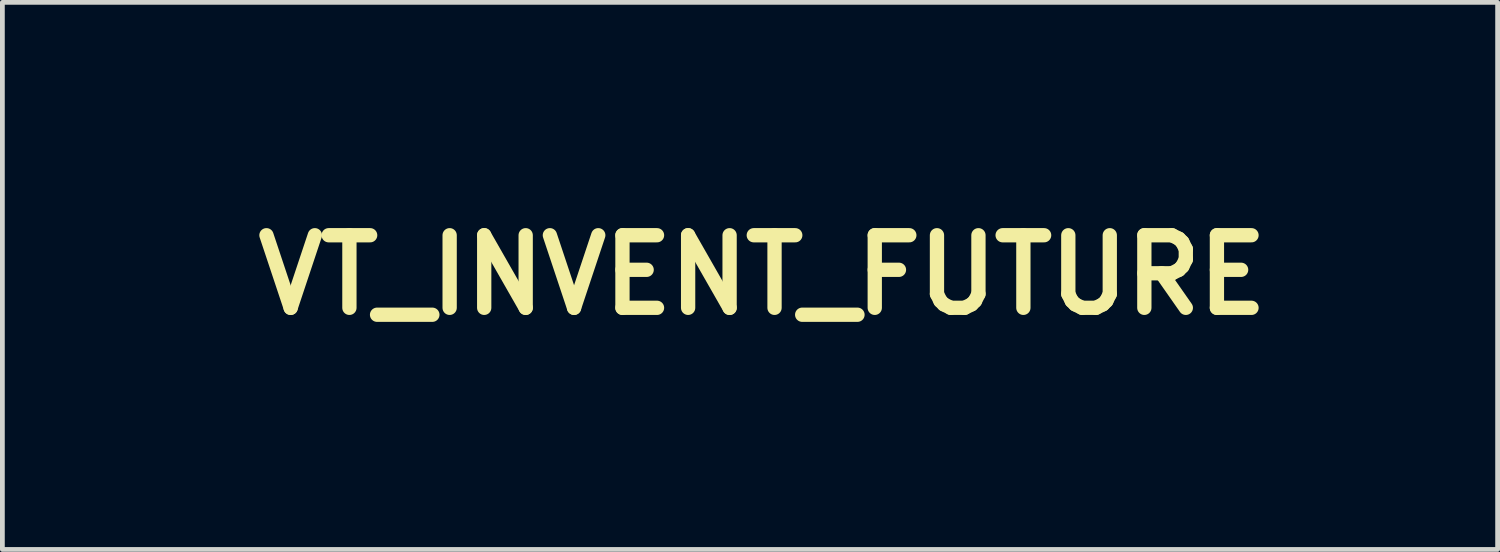
<source format=kicad_pcb>
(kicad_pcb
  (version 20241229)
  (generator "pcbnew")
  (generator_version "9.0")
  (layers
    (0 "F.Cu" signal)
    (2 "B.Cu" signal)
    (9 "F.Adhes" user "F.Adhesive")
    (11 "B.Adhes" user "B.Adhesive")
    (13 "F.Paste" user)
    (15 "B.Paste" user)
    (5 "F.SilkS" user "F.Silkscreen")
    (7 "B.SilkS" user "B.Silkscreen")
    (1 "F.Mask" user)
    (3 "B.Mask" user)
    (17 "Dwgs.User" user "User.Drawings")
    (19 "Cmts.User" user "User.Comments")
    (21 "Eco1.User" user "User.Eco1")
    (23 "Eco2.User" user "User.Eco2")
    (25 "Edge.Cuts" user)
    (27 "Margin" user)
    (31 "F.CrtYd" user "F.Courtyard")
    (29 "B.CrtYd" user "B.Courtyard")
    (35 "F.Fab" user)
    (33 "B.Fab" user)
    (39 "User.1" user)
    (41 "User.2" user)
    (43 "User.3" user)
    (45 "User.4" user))
  (footprint "VT_INVENT_FUTURE"
    (layer "F.Cu")
    (at 12.959 2.724)
    (property "Reference" "VT_INVENT_FUTURE" (at 0 0 0) (layer "F.SilkS") (effects (font (size 1.524 1.524) (thickness 0.3))))
    (attr through_hole)
    (fp_poly (pts (xy -11.754 0.029) (xy -11.728 0.092) (xy -11.726 0.113) (xy -11.758 0.16) (xy -11.822 0.166) (xy -11.872 0.132) (xy -11.865 0.081) (xy -11.818 0.033) (xy -11.765 0.022) (xy -11.754 0.029)) (stroke (width 0.01) (type solid)) (fill yes) (layer "F.Mask"))
    (fp_poly (pts (xy -11.766 0.281) (xy -11.747 0.3) (xy -11.703 0.359) (xy -11.726 0.405) (xy -11.74 0.417) (xy -11.802 0.444) (xy -11.845 0.412) (xy -11.866 0.329) (xy -11.852 0.295) (xy -11.814 0.256) (xy -11.766 0.281)) (stroke (width 0.01) (type solid)) (fill yes) (layer "F.Mask"))
    (fp_poly (pts (xy -6.099 -2.407) (xy -6.065 -2.372) (xy -6.054 -2.287) (xy -6.054 -2.221) (xy -6.058 -2.105) (xy -6.084 -2.037) (xy -6.153 -1.988) (xy -6.248 -1.946) (xy -6.362 -1.898) (xy -6.438 -1.868) (xy -6.455 -1.863) (xy -6.463 -1.901) (xy -6.469 -1.998) (xy -6.471 -2.074) (xy -6.448 -2.249) (xy -6.373 -2.358) (xy -6.242 -2.409) (xy -6.171 -2.413) (xy -6.099 -2.407)) (stroke (width 0.01) (type solid)) (fill yes) (layer "F.Mask"))
    (fp_poly (pts (xy -1.696 -2.407) (xy -1.662 -2.372) (xy -1.652 -2.287) (xy -1.651 -2.221) (xy -1.655 -2.105) (xy -1.682 -2.037) (xy -1.751 -1.988) (xy -1.845 -1.946) (xy -1.959 -1.898) (xy -2.035 -1.868) (xy -2.053 -1.863) (xy -2.061 -1.901) (xy -2.066 -1.998) (xy -2.068 -2.074) (xy -2.045 -2.249) (xy -1.971 -2.358) (xy -1.84 -2.409) (xy -1.769 -2.413) (xy -1.696 -2.407)) (stroke (width 0.01) (type solid)) (fill yes) (layer "F.Mask"))
    (fp_poly (pts (xy 1.903 -2.408) (xy 1.938 -2.378) (xy 1.943 -2.298) (xy 1.939 -2.234) (xy 1.922 -2.116) (xy 1.876 -2.041) (xy 1.779 -1.973) (xy 1.757 -1.96) (xy 1.649 -1.902) (xy 1.572 -1.868) (xy 1.556 -1.863) (xy 1.538 -1.901) (xy 1.527 -2) (xy 1.524 -2.094) (xy 1.538 -2.259) (xy 1.589 -2.357) (xy 1.69 -2.403) (xy 1.82 -2.413) (xy 1.903 -2.408)) (stroke (width 0.01) (type solid)) (fill yes) (layer "F.Mask"))
    (fp_poly (pts (xy -1.674 1.404) (xy -1.651 1.416) (xy -1.66 1.471) (xy -1.683 1.59) (xy -1.716 1.754) (xy -1.757 1.947) (xy -1.8 2.15) (xy -1.843 2.346) (xy -1.882 2.516) (xy -1.912 2.644) (xy -1.929 2.712) (xy -1.931 2.718) (xy -1.986 2.749) (xy -2.061 2.746) (xy -2.113 2.715) (xy -2.117 2.699) (xy -2.109 2.641) (xy -2.086 2.515) (xy -2.051 2.34) (xy -2.007 2.129) (xy -1.984 2.021) (xy -1.932 1.782) (xy -1.892 1.613) (xy -1.86 1.502) (xy -1.831 1.437) (xy -1.801 1.407) (xy -1.765 1.397) (xy -1.751 1.397) (xy -1.674 1.404)) (stroke (width 0.01) (type solid)) (fill yes) (layer "F.Mask"))
    (fp_poly (pts (xy 11.343 1.752) (xy 11.361 1.769) (xy 11.36 1.83) (xy 11.344 1.865) (xy 11.308 1.909) (xy 11.253 1.931) (xy 11.154 1.942) (xy 11.077 1.988) (xy 11 2.103) (xy 10.93 2.272) (xy 10.876 2.48) (xy 10.875 2.482) (xy 10.843 2.629) (xy 10.812 2.71) (xy 10.773 2.745) (xy 10.721 2.752) (xy 10.647 2.736) (xy 10.64 2.681) (xy 10.641 2.678) (xy 10.659 2.603) (xy 10.687 2.471) (xy 10.72 2.304) (xy 10.732 2.244) (xy 10.766 2.071) (xy 10.796 1.923) (xy 10.817 1.827) (xy 10.822 1.81) (xy 10.871 1.745) (xy 10.943 1.747) (xy 10.997 1.802) (xy 11.033 1.846) (xy 11.073 1.821) (xy 11.089 1.802) (xy 11.165 1.754) (xy 11.263 1.736) (xy 11.343 1.752)) (stroke (width 0.01) (type solid)) (fill yes) (layer "F.Mask"))
    (fp_poly (pts (xy -0.306 1.753) (xy -0.294 1.764) (xy -0.27 1.822) (xy -0.241 1.941) (xy -0.213 2.099) (xy -0.205 2.151) (xy -0.156 2.498) (xy 0.03 2.171) (xy 0.137 1.987) (xy 0.212 1.864) (xy 0.267 1.792) (xy 0.311 1.756) (xy 0.356 1.747) (xy 0.384 1.748) (xy 0.451 1.758) (xy 0.466 1.765) (xy 0.446 1.804) (xy 0.391 1.902) (xy 0.31 2.046) (xy 0.209 2.222) (xy 0.184 2.264) (xy 0.064 2.468) (xy -0.025 2.608) (xy -0.092 2.695) (xy -0.146 2.739) (xy -0.194 2.752) (xy -0.196 2.752) (xy -0.284 2.721) (xy -0.315 2.656) (xy -0.331 2.568) (xy -0.354 2.426) (xy -0.379 2.259) (xy -0.381 2.244) (xy -0.406 2.079) (xy -0.429 1.941) (xy -0.447 1.857) (xy -0.449 1.852) (xy -0.437 1.782) (xy -0.377 1.742) (xy -0.306 1.753)) (stroke (width 0.01) (type solid)) (fill yes) (layer "F.Mask"))
    (fp_poly (pts (xy 9.463 1.56) (xy 9.449 1.673) (xy 9.462 1.724) (xy 9.5 1.736) (xy 9.558 1.763) (xy 9.567 1.824) (xy 9.533 1.885) (xy 9.475 1.913) (xy 9.416 1.938) (xy 9.373 2.007) (xy 9.334 2.138) (xy 9.329 2.159) (xy 9.287 2.361) (xy 9.275 2.492) (xy 9.292 2.563) (xy 9.335 2.582) (xy 9.386 2.618) (xy 9.398 2.667) (xy 9.382 2.725) (xy 9.317 2.749) (xy 9.249 2.752) (xy 9.124 2.732) (xy 9.073 2.684) (xy 9.069 2.616) (xy 9.079 2.491) (xy 9.098 2.336) (xy 9.124 2.176) (xy 9.152 2.038) (xy 9.175 1.958) (xy 9.159 1.913) (xy 9.124 1.905) (xy 9.07 1.876) (xy 9.068 1.831) (xy 9.115 1.771) (xy 9.156 1.763) (xy 9.215 1.736) (xy 9.229 1.67) (xy 9.268 1.567) (xy 9.36 1.478) (xy 9.492 1.384) (xy 9.463 1.56)) (stroke (width 0.01) (type solid)) (fill yes) (layer "F.Mask"))
    (fp_poly (pts (xy 3.033 1.478) (xy 3.023 1.563) (xy 3.012 1.68) (xy 3.031 1.74) (xy 3.064 1.761) (xy 3.127 1.808) (xy 3.109 1.861) (xy 3.038 1.9) (xy 2.983 1.937) (xy 2.939 2.012) (xy 2.898 2.142) (xy 2.873 2.243) (xy 2.839 2.4) (xy 2.825 2.494) (xy 2.831 2.542) (xy 2.858 2.564) (xy 2.883 2.571) (xy 2.95 2.624) (xy 2.963 2.672) (xy 2.944 2.728) (xy 2.87 2.75) (xy 2.822 2.752) (xy 2.718 2.744) (xy 2.655 2.725) (xy 2.653 2.723) (xy 2.63 2.649) (xy 2.631 2.507) (xy 2.657 2.311) (xy 2.684 2.17) (xy 2.713 2.024) (xy 2.72 1.944) (xy 2.705 1.91) (xy 2.683 1.905) (xy 2.632 1.878) (xy 2.63 1.821) (xy 2.673 1.765) (xy 2.709 1.748) (xy 2.778 1.699) (xy 2.794 1.653) (xy 2.832 1.559) (xy 2.933 1.462) (xy 2.996 1.421) (xy 3.028 1.42) (xy 3.033 1.478)) (stroke (width 0.01) (type solid)) (fill yes) (layer "F.Mask"))
    (fp_poly (pts (xy 4.177 1.441) (xy 4.187 1.462) (xy 4.172 1.526) (xy 4.152 1.597) (xy 4.133 1.693) (xy 4.154 1.74) (xy 4.197 1.759) (xy 4.259 1.803) (xy 4.249 1.857) (xy 4.175 1.894) (xy 4.164 1.896) (xy 4.118 1.917) (xy 4.082 1.974) (xy 4.049 2.083) (xy 4.015 2.246) (xy 3.985 2.412) (xy 3.972 2.512) (xy 3.976 2.562) (xy 4 2.58) (xy 4.029 2.582) (xy 4.094 2.615) (xy 4.106 2.667) (xy 4.073 2.73) (xy 3.992 2.758) (xy 3.895 2.752) (xy 3.81 2.711) (xy 3.774 2.662) (xy 3.766 2.572) (xy 3.78 2.424) (xy 3.814 2.239) (xy 3.848 2.071) (xy 3.861 1.969) (xy 3.855 1.919) (xy 3.829 1.905) (xy 3.827 1.905) (xy 3.775 1.878) (xy 3.773 1.821) (xy 3.816 1.765) (xy 3.852 1.748) (xy 3.921 1.699) (xy 3.937 1.653) (xy 3.969 1.566) (xy 4.045 1.484) (xy 4.129 1.44) (xy 4.141 1.439) (xy 4.177 1.441)) (stroke (width 0.01) (type solid)) (fill yes) (layer "F.Mask"))
    (fp_poly (pts (xy 1.946 -0.806) (xy 1.946 -0.447) (xy 1.951 -0.17) (xy 1.961 0.028) (xy 1.975 0.148) (xy 1.99 0.191) (xy 2.064 0.241) (xy 2.165 0.276) (xy 2.255 0.312) (xy 2.269 0.364) (xy 2.268 0.367) (xy 2.246 0.447) (xy 2.244 0.469) (xy 2.204 0.484) (xy 2.096 0.497) (xy 1.936 0.505) (xy 1.739 0.508) (xy 1.736 0.508) (xy 1.228 0.508) (xy 1.228 0.406) (xy 1.249 0.325) (xy 1.327 0.282) (xy 1.354 0.275) (xy 1.452 0.243) (xy 1.506 0.207) (xy 1.518 0.145) (xy 1.525 0.017) (xy 1.529 -0.16) (xy 1.529 -0.369) (xy 1.525 -0.591) (xy 1.519 -0.81) (xy 1.509 -1.007) (xy 1.498 -1.167) (xy 1.485 -1.27) (xy 1.475 -1.299) (xy 1.399 -1.344) (xy 1.331 -1.355) (xy 1.235 -1.372) (xy 1.209 -1.432) (xy 1.228 -1.505) (xy 1.275 -1.564) (xy 1.375 -1.609) (xy 1.509 -1.641) (xy 1.661 -1.673) (xy 1.793 -1.702) (xy 1.853 -1.718) (xy 1.949 -1.746) (xy 1.946 -0.806)) (stroke (width 0.01) (type solid)) (fill yes) (layer "F.Mask"))
    (fp_poly (pts (xy 8.89 1.762) (xy 8.896 1.816) (xy 8.883 1.936) (xy 8.853 2.105) (xy 8.816 2.275) (xy 8.766 2.485) (xy 8.725 2.625) (xy 8.691 2.707) (xy 8.656 2.745) (xy 8.629 2.752) (xy 8.564 2.722) (xy 8.551 2.686) (xy 8.544 2.644) (xy 8.506 2.653) (xy 8.457 2.686) (xy 8.319 2.742) (xy 8.171 2.743) (xy 8.047 2.69) (xy 8.022 2.667) (xy 7.986 2.622) (xy 7.968 2.572) (xy 7.969 2.499) (xy 7.988 2.381) (xy 8.021 2.223) (xy 8.075 1.996) (xy 8.127 1.845) (xy 8.18 1.762) (xy 8.24 1.741) (xy 8.265 1.747) (xy 8.296 1.768) (xy 8.306 1.812) (xy 8.297 1.898) (xy 8.266 2.041) (xy 8.252 2.103) (xy 8.205 2.307) (xy 8.18 2.444) (xy 8.178 2.526) (xy 8.201 2.567) (xy 8.249 2.581) (xy 8.29 2.582) (xy 8.419 2.549) (xy 8.524 2.447) (xy 8.608 2.271) (xy 8.662 2.08) (xy 8.718 1.883) (xy 8.778 1.767) (xy 8.843 1.734) (xy 8.89 1.762)) (stroke (width 0.01) (type solid)) (fill yes) (layer "F.Mask"))
    (fp_poly (pts (xy 9.598 -1.724) (xy 9.74 -1.711) (xy 9.842 -1.697) (xy 9.882 -1.687) (xy 9.897 -1.64) (xy 9.918 -1.539) (xy 9.925 -1.497) (xy 9.954 -1.322) (xy 9.708 -1.38) (xy 9.414 -1.432) (xy 9.185 -1.435) (xy 9.02 -1.387) (xy 8.955 -1.338) (xy 8.848 -1.175) (xy 8.786 -0.942) (xy 8.768 -0.647) (xy 8.772 -0.546) (xy 8.808 -0.274) (xy 8.885 -0.069) (xy 9.01 0.075) (xy 9.191 0.164) (xy 9.434 0.204) (xy 9.669 0.206) (xy 9.832 0.202) (xy 9.958 0.204) (xy 10.026 0.211) (xy 10.033 0.216) (xy 10.009 0.325) (xy 9.95 0.436) (xy 9.877 0.512) (xy 9.85 0.524) (xy 9.715 0.543) (xy 9.53 0.548) (xy 9.328 0.54) (xy 9.143 0.521) (xy 9.009 0.491) (xy 9.007 0.49) (xy 8.746 0.361) (xy 8.552 0.182) (xy 8.421 -0.051) (xy 8.352 -0.339) (xy 8.34 -0.553) (xy 8.375 -0.887) (xy 8.477 -1.172) (xy 8.64 -1.404) (xy 8.86 -1.578) (xy 9.13 -1.688) (xy 9.445 -1.729) (xy 9.598 -1.724)) (stroke (width 0.01) (type solid)) (fill yes) (layer "F.Mask"))
    (fp_poly (pts (xy 10.517 1.75) (xy 10.535 1.801) (xy 10.531 1.899) (xy 10.504 2.054) (xy 10.455 2.279) (xy 10.443 2.328) (xy 10.397 2.515) (xy 10.361 2.635) (xy 10.326 2.703) (xy 10.286 2.735) (xy 10.248 2.745) (xy 10.177 2.744) (xy 10.171 2.702) (xy 10.175 2.69) (xy 10.187 2.645) (xy 10.157 2.653) (xy 10.108 2.686) (xy 10.002 2.73) (xy 9.868 2.751) (xy 9.853 2.752) (xy 9.737 2.74) (xy 9.671 2.694) (xy 9.644 2.646) (xy 9.627 2.549) (xy 9.632 2.407) (xy 9.655 2.239) (xy 9.691 2.069) (xy 9.735 1.917) (xy 9.784 1.805) (xy 9.832 1.754) (xy 9.835 1.754) (xy 9.903 1.763) (xy 9.932 1.822) (xy 9.924 1.941) (xy 9.887 2.107) (xy 9.852 2.262) (xy 9.828 2.401) (xy 9.821 2.472) (xy 9.835 2.551) (xy 9.892 2.58) (xy 9.945 2.582) (xy 10.079 2.542) (xy 10.186 2.422) (xy 10.266 2.223) (xy 10.289 2.125) (xy 10.336 1.929) (xy 10.383 1.807) (xy 10.436 1.747) (xy 10.479 1.736) (xy 10.517 1.75)) (stroke (width 0.01) (type solid)) (fill yes) (layer "F.Mask"))
    (fp_poly (pts (xy -1.23 1.783) (xy -1.228 1.802) (xy -1.22 1.844) (xy -1.182 1.834) (xy -1.134 1.802) (xy -0.989 1.743) (xy -0.84 1.751) (xy -0.72 1.82) (xy -0.682 1.857) (xy -0.657 1.891) (xy -0.644 1.933) (xy -0.644 1.998) (xy -0.659 2.098) (xy -0.69 2.246) (xy -0.737 2.453) (xy -0.784 2.656) (xy -0.835 2.736) (xy -0.89 2.752) (xy -0.942 2.741) (xy -0.967 2.699) (xy -0.965 2.612) (xy -0.938 2.466) (xy -0.911 2.349) (xy -0.867 2.151) (xy -0.85 2.02) (xy -0.86 1.944) (xy -0.9 1.91) (xy -0.943 1.905) (xy -1.072 1.929) (xy -1.174 2.007) (xy -1.256 2.148) (xy -1.323 2.361) (xy -1.355 2.508) (xy -1.386 2.646) (xy -1.417 2.719) (xy -1.462 2.748) (xy -1.509 2.752) (xy -1.585 2.738) (xy -1.595 2.686) (xy -1.593 2.678) (xy -1.576 2.603) (xy -1.547 2.471) (xy -1.513 2.304) (xy -1.501 2.244) (xy -1.464 2.07) (xy -1.428 1.923) (xy -1.398 1.827) (xy -1.391 1.81) (xy -1.333 1.75) (xy -1.268 1.74) (xy -1.23 1.783)) (stroke (width 0.01) (type solid)) (fill yes) (layer "F.Mask"))
    (fp_poly (pts (xy 7.844 1.404) (xy 7.917 1.413) (xy 7.945 1.431) (xy 7.943 1.461) (xy 7.943 1.462) (xy 7.92 1.531) (xy 7.916 1.549) (xy 7.877 1.557) (xy 7.774 1.563) (xy 7.626 1.566) (xy 7.581 1.566) (xy 7.411 1.567) (xy 7.307 1.577) (xy 7.248 1.611) (xy 7.214 1.68) (xy 7.186 1.798) (xy 7.179 1.831) (xy 7.153 1.947) (xy 7.495 1.947) (xy 7.664 1.949) (xy 7.765 1.955) (xy 7.814 1.973) (xy 7.827 2.005) (xy 7.824 2.043) (xy 7.811 2.09) (xy 7.777 2.119) (xy 7.705 2.136) (xy 7.575 2.146) (xy 7.464 2.15) (xy 7.289 2.157) (xy 7.18 2.172) (xy 7.118 2.21) (xy 7.083 2.284) (xy 7.057 2.408) (xy 7.048 2.455) (xy 7.017 2.611) (xy 6.986 2.7) (xy 6.947 2.741) (xy 6.888 2.752) (xy 6.877 2.752) (xy 6.81 2.743) (xy 6.791 2.699) (xy 6.803 2.615) (xy 6.822 2.521) (xy 6.854 2.366) (xy 6.895 2.17) (xy 6.941 1.956) (xy 6.942 1.948) (xy 7.054 1.418) (xy 7.511 1.406) (xy 7.713 1.402) (xy 7.844 1.404)) (stroke (width 0.01) (type solid)) (fill yes) (layer "F.Mask"))
    (fp_poly (pts (xy -1.651 -0.793) (xy -1.651 -0.472) (xy -1.648 -0.226) (xy -1.641 -0.044) (xy -1.627 0.085) (xy -1.605 0.17) (xy -1.573 0.223) (xy -1.528 0.252) (xy -1.469 0.269) (xy -1.438 0.275) (xy -1.344 0.302) (xy -1.317 0.349) (xy -1.332 0.42) (xy -1.35 0.457) (xy -1.383 0.482) (xy -1.447 0.497) (xy -1.558 0.505) (xy -1.729 0.508) (xy -1.866 0.508) (xy -2.079 0.507) (xy -2.222 0.503) (xy -2.309 0.494) (xy -2.353 0.476) (xy -2.369 0.448) (xy -2.371 0.421) (xy -2.331 0.337) (xy -2.228 0.275) (xy -2.127 0.22) (xy -2.066 0.165) (xy -2.063 0.157) (xy -2.054 0.097) (xy -2.047 -0.033) (xy -2.04 -0.213) (xy -2.036 -0.428) (xy -2.034 -0.526) (xy -2.035 -0.816) (xy -2.045 -1.032) (xy -2.068 -1.183) (xy -2.106 -1.281) (xy -2.162 -1.334) (xy -2.239 -1.354) (xy -2.263 -1.355) (xy -2.362 -1.371) (xy -2.39 -1.43) (xy -2.373 -1.5) (xy -2.316 -1.563) (xy -2.189 -1.613) (xy -2.113 -1.631) (xy -1.96 -1.665) (xy -1.823 -1.698) (xy -1.767 -1.712) (xy -1.651 -1.745) (xy -1.651 -0.793)) (stroke (width 0.01) (type solid)) (fill yes) (layer "F.Mask"))
    (fp_poly (pts (xy -6.054 -0.79) (xy -6.053 -0.482) (xy -6.052 -0.248) (xy -6.048 -0.076) (xy -6.042 0.044) (xy -6.031 0.123) (xy -6.014 0.173) (xy -5.992 0.205) (xy -5.962 0.229) (xy -5.96 0.23) (xy -5.861 0.281) (xy -5.79 0.296) (xy -5.727 0.315) (xy -5.721 0.38) (xy -5.741 0.441) (xy -5.765 0.47) (xy -5.82 0.49) (xy -5.919 0.501) (xy -6.077 0.507) (xy -6.27 0.508) (xy -6.483 0.507) (xy -6.626 0.503) (xy -6.712 0.494) (xy -6.756 0.476) (xy -6.772 0.448) (xy -6.773 0.421) (xy -6.734 0.337) (xy -6.63 0.275) (xy -6.529 0.22) (xy -6.469 0.165) (xy -6.465 0.157) (xy -6.457 0.097) (xy -6.449 -0.033) (xy -6.443 -0.213) (xy -6.438 -0.428) (xy -6.437 -0.526) (xy -6.438 -0.816) (xy -6.448 -1.032) (xy -6.471 -1.183) (xy -6.509 -1.281) (xy -6.565 -1.334) (xy -6.642 -1.354) (xy -6.666 -1.355) (xy -6.764 -1.371) (xy -6.792 -1.43) (xy -6.775 -1.5) (xy -6.718 -1.563) (xy -6.592 -1.613) (xy -6.516 -1.631) (xy -6.363 -1.665) (xy -6.225 -1.698) (xy -6.17 -1.712) (xy -6.054 -1.745) (xy -6.054 -0.79)) (stroke (width 0.01) (type solid)) (fill yes) (layer "F.Mask"))
    (fp_poly (pts (xy 1.837 1.748) (xy 1.863 1.802) (xy 1.87 1.844) (xy 1.908 1.834) (xy 1.957 1.802) (xy 2.085 1.748) (xy 2.219 1.748) (xy 2.338 1.793) (xy 2.42 1.872) (xy 2.445 1.979) (xy 2.441 2.004) (xy 2.422 2.088) (xy 2.392 2.228) (xy 2.355 2.395) (xy 2.349 2.424) (xy 2.311 2.588) (xy 2.279 2.686) (xy 2.245 2.735) (xy 2.2 2.751) (xy 2.173 2.752) (xy 2.098 2.738) (xy 2.089 2.686) (xy 2.091 2.678) (xy 2.132 2.526) (xy 2.169 2.357) (xy 2.201 2.193) (xy 2.221 2.055) (xy 2.227 1.967) (xy 2.223 1.948) (xy 2.154 1.908) (xy 2.051 1.919) (xy 1.943 1.976) (xy 1.919 1.996) (xy 1.847 2.102) (xy 1.784 2.279) (xy 1.75 2.42) (xy 1.712 2.585) (xy 1.681 2.685) (xy 1.647 2.734) (xy 1.603 2.751) (xy 1.576 2.752) (xy 1.501 2.738) (xy 1.49 2.683) (xy 1.496 2.656) (xy 1.514 2.572) (xy 1.544 2.43) (xy 1.579 2.258) (xy 1.59 2.201) (xy 1.627 2.032) (xy 1.664 1.891) (xy 1.695 1.803) (xy 1.704 1.789) (xy 1.773 1.741) (xy 1.837 1.748)) (stroke (width 0.01) (type solid)) (fill yes) (layer "F.Mask"))
    (fp_poly (pts (xy 4.72 1.409) (xy 4.733 1.461) (xy 4.725 1.503) (xy 4.694 1.631) (xy 4.671 1.721) (xy 4.659 1.799) (xy 4.686 1.814) (xy 4.724 1.8) (xy 4.909 1.747) (xy 5.058 1.762) (xy 5.142 1.818) (xy 5.178 1.862) (xy 5.198 1.908) (xy 5.2 1.974) (xy 5.186 2.079) (xy 5.155 2.241) (xy 5.139 2.319) (xy 5.098 2.51) (xy 5.065 2.632) (xy 5.033 2.702) (xy 4.996 2.735) (xy 4.962 2.744) (xy 4.909 2.747) (xy 4.881 2.727) (xy 4.875 2.669) (xy 4.892 2.559) (xy 4.929 2.383) (xy 4.932 2.371) (xy 4.974 2.166) (xy 4.991 2.03) (xy 4.984 1.95) (xy 4.952 1.912) (xy 4.908 1.905) (xy 4.785 1.927) (xy 4.689 1.997) (xy 4.612 2.128) (xy 4.548 2.327) (xy 4.511 2.491) (xy 4.477 2.632) (xy 4.44 2.708) (xy 4.389 2.74) (xy 4.369 2.744) (xy 4.296 2.742) (xy 4.275 2.723) (xy 4.283 2.671) (xy 4.305 2.552) (xy 4.339 2.38) (xy 4.382 2.171) (xy 4.408 2.043) (xy 4.46 1.798) (xy 4.499 1.625) (xy 4.53 1.51) (xy 4.558 1.442) (xy 4.587 1.409) (xy 4.622 1.398) (xy 4.646 1.397) (xy 4.72 1.409)) (stroke (width 0.01) (type solid)) (fill yes) (layer "F.Mask"))
    (fp_poly (pts (xy 6.036 1.761) (xy 6.178 1.843) (xy 6.266 1.982) (xy 6.285 2.067) (xy 6.294 2.189) (xy 6.276 2.266) (xy 6.215 2.308) (xy 6.097 2.325) (xy 5.922 2.328) (xy 5.755 2.33) (xy 5.654 2.339) (xy 5.605 2.358) (xy 5.589 2.392) (xy 5.588 2.411) (xy 5.62 2.496) (xy 5.679 2.557) (xy 5.756 2.597) (xy 5.831 2.586) (xy 5.886 2.561) (xy 5.976 2.499) (xy 6.025 2.439) (xy 6.074 2.402) (xy 6.15 2.403) (xy 6.211 2.435) (xy 6.223 2.464) (xy 6.194 2.517) (xy 6.123 2.598) (xy 6.092 2.629) (xy 5.936 2.726) (xy 5.762 2.758) (xy 5.595 2.725) (xy 5.48 2.648) (xy 5.402 2.514) (xy 5.377 2.342) (xy 5.402 2.155) (xy 5.414 2.127) (xy 5.616 2.127) (xy 5.666 2.152) (xy 5.79 2.159) (xy 5.84 2.159) (xy 5.983 2.155) (xy 6.061 2.141) (xy 6.092 2.111) (xy 6.096 2.083) (xy 6.061 1.983) (xy 5.974 1.921) (xy 5.862 1.904) (xy 5.753 1.939) (xy 5.707 1.979) (xy 5.632 2.073) (xy 5.616 2.127) (xy 5.414 2.127) (xy 5.474 1.98) (xy 5.58 1.847) (xy 5.679 1.792) (xy 5.814 1.753) (xy 5.854 1.747) (xy 6.036 1.761)) (stroke (width 0.01) (type solid)) (fill yes) (layer "F.Mask"))
    (fp_poly (pts (xy 1.127 1.773) (xy 1.182 1.798) (xy 1.286 1.871) (xy 1.339 1.971) (xy 1.355 2.123) (xy 1.355 2.136) (xy 1.348 2.217) (xy 1.319 2.269) (xy 1.252 2.298) (xy 1.132 2.31) (xy 0.945 2.311) (xy 0.921 2.311) (xy 0.767 2.312) (xy 0.68 2.323) (xy 0.642 2.348) (xy 0.635 2.381) (xy 0.666 2.476) (xy 0.741 2.557) (xy 0.831 2.599) (xy 0.877 2.596) (xy 0.961 2.55) (xy 1.058 2.475) (xy 1.058 2.475) (xy 1.165 2.408) (xy 1.249 2.411) (xy 1.293 2.435) (xy 1.294 2.468) (xy 1.245 2.53) (xy 1.179 2.597) (xy 1.07 2.694) (xy 0.973 2.739) (xy 0.85 2.752) (xy 0.836 2.752) (xy 0.671 2.731) (xy 0.584 2.678) (xy 0.477 2.517) (xy 0.443 2.35) (xy 0.448 2.266) (xy 0.487 2.125) (xy 0.677 2.125) (xy 0.716 2.143) (xy 0.816 2.155) (xy 0.931 2.159) (xy 1.077 2.152) (xy 1.166 2.133) (xy 1.185 2.114) (xy 1.151 1.998) (xy 1.065 1.927) (xy 0.95 1.907) (xy 0.83 1.944) (xy 0.764 1.998) (xy 0.702 2.074) (xy 0.677 2.125) (xy 0.487 2.125) (xy 0.507 2.052) (xy 0.617 1.887) (xy 0.766 1.78) (xy 0.94 1.739) (xy 1.127 1.773)) (stroke (width 0.01) (type solid)) (fill yes) (layer "F.Mask"))
    (fp_poly (pts (xy 11.974 1.747) (xy 12.109 1.804) (xy 12.212 1.907) (xy 12.268 2.055) (xy 12.269 2.186) (xy 12.258 2.251) (xy 12.228 2.288) (xy 12.161 2.306) (xy 12.036 2.313) (xy 11.98 2.315) (xy 11.825 2.319) (xy 11.697 2.323) (xy 11.631 2.325) (xy 11.572 2.36) (xy 11.56 2.435) (xy 11.596 2.519) (xy 11.608 2.532) (xy 11.708 2.578) (xy 11.834 2.567) (xy 11.953 2.503) (xy 11.963 2.494) (xy 12.072 2.43) (xy 12.156 2.421) (xy 12.211 2.433) (xy 12.221 2.457) (xy 12.181 2.51) (xy 12.101 2.594) (xy 11.995 2.691) (xy 11.901 2.738) (xy 11.783 2.751) (xy 11.755 2.752) (xy 11.622 2.741) (xy 11.531 2.699) (xy 11.455 2.621) (xy 11.367 2.467) (xy 11.352 2.293) (xy 11.41 2.086) (xy 11.411 2.084) (xy 11.614 2.084) (xy 11.615 2.132) (xy 11.68 2.154) (xy 11.818 2.159) (xy 11.832 2.159) (xy 11.968 2.155) (xy 12.039 2.138) (xy 12.064 2.102) (xy 12.065 2.083) (xy 12.031 1.981) (xy 11.946 1.92) (xy 11.836 1.904) (xy 11.727 1.94) (xy 11.665 1.999) (xy 11.614 2.084) (xy 11.411 2.084) (xy 11.428 2.045) (xy 11.534 1.887) (xy 11.671 1.786) (xy 11.823 1.74) (xy 11.974 1.747)) (stroke (width 0.01) (type solid)) (fill yes) (layer "F.Mask"))
    (fp_poly (pts (xy -5.006 -1.697) (xy -4.998 -1.597) (xy -4.995 -1.475) (xy -4.995 -1.215) (xy -4.866 -1.394) (xy -4.713 -1.551) (xy -4.523 -1.668) (xy -4.326 -1.73) (xy -4.261 -1.735) (xy -4.178 -1.726) (xy -4.161 -1.689) (xy -4.17 -1.662) (xy -4.203 -1.569) (xy -4.24 -1.45) (xy -4.24 -1.45) (xy -4.276 -1.359) (xy -4.332 -1.32) (xy -4.441 -1.312) (xy -4.441 -1.312) (xy -4.602 -1.29) (xy -4.726 -1.219) (xy -4.817 -1.092) (xy -4.879 -0.903) (xy -4.915 -0.645) (xy -4.927 -0.335) (xy -4.926 -0.103) (xy -4.912 0.059) (xy -4.879 0.165) (xy -4.82 0.229) (xy -4.73 0.265) (xy -4.649 0.281) (xy -4.539 0.309) (xy -4.502 0.347) (xy -4.506 0.369) (xy -4.528 0.448) (xy -4.53 0.469) (xy -4.57 0.484) (xy -4.679 0.496) (xy -4.844 0.504) (xy -5.048 0.508) (xy -5.095 0.508) (xy -5.661 0.508) (xy -5.642 0.407) (xy -5.587 0.315) (xy -5.489 0.268) (xy -5.355 0.23) (xy -5.344 -0.514) (xy -5.34 -0.799) (xy -5.342 -1.01) (xy -5.351 -1.159) (xy -5.371 -1.257) (xy -5.404 -1.316) (xy -5.455 -1.347) (xy -5.524 -1.36) (xy -5.561 -1.364) (xy -5.652 -1.392) (xy -5.666 -1.454) (xy -5.62 -1.53) (xy -5.561 -1.567) (xy -5.447 -1.614) (xy -5.306 -1.664) (xy -5.166 -1.706) (xy -5.054 -1.732) (xy -5.017 -1.736) (xy -5.006 -1.697)) (stroke (width 0.01) (type solid)) (fill yes) (layer "F.Mask"))
    (fp_poly (pts (xy 6.689 -2.138) (xy 6.686 -1.965) (xy 6.677 -1.829) (xy 6.665 -1.749) (xy 6.657 -1.735) (xy 6.594 -1.725) (xy 6.53 -1.709) (xy 6.46 -1.703) (xy 6.436 -1.752) (xy 6.435 -1.796) (xy 6.409 -1.958) (xy 6.343 -2.107) (xy 6.251 -2.215) (xy 6.201 -2.244) (xy 6.095 -2.268) (xy 5.946 -2.283) (xy 5.859 -2.286) (xy 5.627 -2.286) (xy 5.639 -1.105) (xy 5.643 -0.735) (xy 5.649 -0.44) (xy 5.658 -0.212) (xy 5.673 -0.041) (xy 5.696 0.081) (xy 5.73 0.164) (xy 5.777 0.216) (xy 5.839 0.247) (xy 5.919 0.266) (xy 5.998 0.278) (xy 6.116 0.304) (xy 6.164 0.338) (xy 6.162 0.368) (xy 6.14 0.448) (xy 6.138 0.469) (xy 6.098 0.482) (xy 5.985 0.493) (xy 5.812 0.502) (xy 5.59 0.507) (xy 5.397 0.508) (xy 5.147 0.506) (xy 4.936 0.5) (xy 4.776 0.491) (xy 4.68 0.479) (xy 4.657 0.469) (xy 4.684 0.363) (xy 4.751 0.302) (xy 4.782 0.296) (xy 4.933 0.27) (xy 5.069 0.201) (xy 5.156 0.108) (xy 5.159 0.102) (xy 5.176 0.018) (xy 5.19 -0.149) (xy 5.199 -0.4) (xy 5.205 -0.734) (xy 5.207 -1.15) (xy 5.207 -2.296) (xy 4.914 -2.279) (xy 4.702 -2.253) (xy 4.558 -2.199) (xy 4.47 -2.105) (xy 4.422 -1.963) (xy 4.418 -1.939) (xy 4.365 -1.793) (xy 4.271 -1.709) (xy 4.194 -1.693) (xy 4.171 -1.735) (xy 4.156 -1.855) (xy 4.149 -2.048) (xy 4.149 -2.117) (xy 4.149 -2.54) (xy 6.689 -2.54) (xy 6.689 -2.138)) (stroke (width 0.01) (type solid)) (fill yes) (layer "F.Mask"))
    (fp_poly (pts (xy 7.678 -1.67) (xy 7.886 -1.551) (xy 8.052 -1.379) (xy 8.165 -1.16) (xy 8.212 -0.9) (xy 8.213 -0.862) (xy 8.204 -0.764) (xy 8.163 -0.724) (xy 8.086 -0.714) (xy 7.981 -0.707) (xy 7.916 -0.699) (xy 7.86 -0.694) (xy 7.737 -0.69) (xy 7.562 -0.686) (xy 7.353 -0.683) (xy 7.297 -0.683) (xy 6.719 -0.677) (xy 6.747 -0.479) (xy 6.811 -0.213) (xy 6.926 -0.012) (xy 7.092 0.126) (xy 7.313 0.202) (xy 7.592 0.218) (xy 7.848 0.19) (xy 8.135 0.143) (xy 8.11 0.271) (xy 8.08 0.374) (xy 8.048 0.436) (xy 7.955 0.484) (xy 7.801 0.519) (xy 7.608 0.54) (xy 7.399 0.545) (xy 7.195 0.533) (xy 7.021 0.504) (xy 6.964 0.487) (xy 6.768 0.378) (xy 6.589 0.206) (xy 6.445 -0.006) (xy 6.369 -0.193) (xy 6.315 -0.502) (xy 6.331 -0.802) (xy 6.369 -0.937) (xy 6.756 -0.937) (xy 6.778 -0.905) (xy 6.852 -0.911) (xy 6.945 -0.921) (xy 7.095 -0.933) (xy 7.275 -0.946) (xy 7.345 -0.95) (xy 7.514 -0.959) (xy 7.647 -0.967) (xy 7.725 -0.972) (xy 7.736 -0.972) (xy 7.744 -1.01) (xy 7.747 -1.1) (xy 7.747 -1.104) (xy 7.71 -1.24) (xy 7.615 -1.367) (xy 7.488 -1.458) (xy 7.38 -1.487) (xy 7.155 -1.479) (xy 6.994 -1.428) (xy 6.881 -1.321) (xy 6.803 -1.149) (xy 6.772 -1.029) (xy 6.756 -0.937) (xy 6.369 -0.937) (xy 6.41 -1.082) (xy 6.547 -1.327) (xy 6.738 -1.524) (xy 6.917 -1.634) (xy 7.182 -1.718) (xy 7.44 -1.728) (xy 7.678 -1.67)) (stroke (width 0.01) (type solid)) (fill yes) (layer "F.Mask"))
    (fp_poly (pts (xy 3.449 -1.727) (xy 3.565 -1.707) (xy 3.646 -1.677) (xy 3.735 -1.631) (xy 3.801 -1.579) (xy 3.85 -1.51) (xy 3.883 -1.412) (xy 3.903 -1.272) (xy 3.916 -1.078) (xy 3.922 -0.819) (xy 3.925 -0.637) (xy 3.929 -0.386) (xy 3.934 -0.163) (xy 3.941 0.017) (xy 3.947 0.141) (xy 3.953 0.193) (xy 4.004 0.235) (xy 4.101 0.268) (xy 4.102 0.268) (xy 4.189 0.294) (xy 4.211 0.337) (xy 4.196 0.39) (xy 4.168 0.441) (xy 4.119 0.472) (xy 4.028 0.489) (xy 3.873 0.499) (xy 3.858 0.499) (xy 3.556 0.512) (xy 3.556 0.2) (xy 3.464 0.317) (xy 3.313 0.446) (xy 3.116 0.526) (xy 2.899 0.553) (xy 2.688 0.524) (xy 2.536 0.454) (xy 2.385 0.318) (xy 2.309 0.16) (xy 2.301 -0.035) (xy 2.301 -0.037) (xy 2.709 -0.037) (xy 2.744 0.102) (xy 2.835 0.197) (xy 2.964 0.246) (xy 3.114 0.246) (xy 3.265 0.193) (xy 3.396 0.088) (xy 3.458 0.011) (xy 3.493 -0.067) (xy 3.509 -0.172) (xy 3.514 -0.331) (xy 3.514 -0.358) (xy 3.514 -0.673) (xy 3.355 -0.607) (xy 3.088 -0.483) (xy 2.897 -0.364) (xy 2.776 -0.243) (xy 2.718 -0.114) (xy 2.709 -0.037) (xy 2.301 -0.037) (xy 2.33 -0.169) (xy 2.395 -0.288) (xy 2.507 -0.4) (xy 2.675 -0.515) (xy 2.909 -0.641) (xy 3.037 -0.703) (xy 3.514 -0.928) (xy 3.514 -1.093) (xy 3.486 -1.248) (xy 3.398 -1.351) (xy 3.242 -1.409) (xy 3.232 -1.411) (xy 3.12 -1.416) (xy 2.956 -1.407) (xy 2.772 -1.386) (xy 2.598 -1.356) (xy 2.488 -1.329) (xy 2.443 -1.324) (xy 2.437 -1.361) (xy 2.462 -1.447) (xy 2.505 -1.559) (xy 2.557 -1.634) (xy 2.634 -1.681) (xy 2.754 -1.708) (xy 2.933 -1.723) (xy 3.064 -1.729) (xy 3.289 -1.733) (xy 3.449 -1.727)) (stroke (width 0.01) (type solid)) (fill yes) (layer "F.Mask"))
    (fp_poly (pts (xy -6.819 -1.816) (xy -6.935 -1.518) (xy -7.064 -1.174) (xy -7.194 -0.815) (xy -7.313 -0.475) (xy -7.372 -0.301) (xy -7.452 -0.059) (xy -7.523 0.154) (xy -7.58 0.325) (xy -7.62 0.442) (xy -7.637 0.492) (xy -7.637 0.493) (xy -7.678 0.502) (xy -7.778 0.516) (xy -7.874 0.528) (xy -8.107 0.557) (xy -8.206 0.268) (xy -8.329 -0.083) (xy -8.46 -0.444) (xy -8.594 -0.802) (xy -8.724 -1.139) (xy -8.845 -1.443) (xy -8.952 -1.697) (xy -9.037 -1.887) (xy -9.041 -1.894) (xy -9.136 -2.083) (xy -9.211 -2.206) (xy -9.273 -2.278) (xy -9.333 -2.31) (xy -9.337 -2.312) (xy -9.418 -2.353) (xy -9.432 -2.429) (xy -9.424 -2.462) (xy -9.402 -2.487) (xy -9.354 -2.503) (xy -9.267 -2.514) (xy -9.13 -2.522) (xy -8.929 -2.527) (xy -8.731 -2.53) (xy -8.475 -2.532) (xy -8.27 -2.529) (xy -8.125 -2.521) (xy -8.051 -2.509) (xy -8.043 -2.502) (xy -8.074 -2.389) (xy -8.166 -2.334) (xy -8.229 -2.328) (xy -8.36 -2.306) (xy -8.462 -2.259) (xy -8.523 -2.205) (xy -8.546 -2.137) (xy -8.542 -2.024) (xy -8.538 -1.99) (xy -8.517 -1.889) (xy -8.475 -1.732) (xy -8.414 -1.532) (xy -8.341 -1.303) (xy -8.259 -1.057) (xy -8.174 -0.808) (xy -8.088 -0.568) (xy -8.008 -0.351) (xy -7.938 -0.17) (xy -7.881 -0.037) (xy -7.844 0.034) (xy -7.834 0.042) (xy -7.812 0.004) (xy -7.768 -0.102) (xy -7.708 -0.261) (xy -7.635 -0.462) (xy -7.554 -0.69) (xy -7.471 -0.932) (xy -7.388 -1.176) (xy -7.312 -1.407) (xy -7.246 -1.613) (xy -7.195 -1.78) (xy -7.164 -1.895) (xy -7.158 -1.922) (xy -7.14 -2.052) (xy -7.148 -2.133) (xy -7.191 -2.199) (xy -7.22 -2.229) (xy -7.358 -2.313) (xy -7.473 -2.328) (xy -7.574 -2.335) (xy -7.613 -2.365) (xy -7.612 -2.424) (xy -7.603 -2.463) (xy -7.579 -2.49) (xy -7.526 -2.508) (xy -7.431 -2.518) (xy -7.278 -2.525) (xy -7.063 -2.531) (xy -6.527 -2.542) (xy -6.819 -1.816)) (stroke (width 0.01) (type solid)) (fill yes) (layer "F.Mask"))
    (fp_poly (pts (xy 10.742 -1.996) (xy 10.732 -1.273) (xy 10.88 -1.418) (xy 11.096 -1.581) (xy 11.332 -1.665) (xy 11.524 -1.677) (xy 11.744 -1.632) (xy 11.916 -1.517) (xy 12.033 -1.352) (xy 12.062 -1.281) (xy 12.083 -1.193) (xy 12.096 -1.07) (xy 12.104 -0.9) (xy 12.107 -0.667) (xy 12.107 -0.522) (xy 12.109 -0.238) (xy 12.117 -0.029) (xy 12.134 0.118) (xy 12.163 0.213) (xy 12.207 0.267) (xy 12.271 0.291) (xy 12.348 0.296) (xy 12.424 0.31) (xy 12.432 0.356) (xy 12.429 0.363) (xy 12.407 0.444) (xy 12.404 0.469) (xy 12.364 0.484) (xy 12.255 0.496) (xy 12.091 0.504) (xy 11.889 0.508) (xy 11.855 0.508) (xy 11.631 0.508) (xy 11.479 0.505) (xy 11.386 0.497) (xy 11.34 0.483) (xy 11.328 0.46) (xy 11.337 0.425) (xy 11.339 0.417) (xy 11.401 0.342) (xy 11.508 0.283) (xy 11.516 0.28) (xy 11.591 0.249) (xy 11.644 0.204) (xy 11.681 0.131) (xy 11.703 0.018) (xy 11.715 -0.149) (xy 11.721 -0.383) (xy 11.722 -0.487) (xy 11.717 -0.776) (xy 11.695 -0.992) (xy 11.652 -1.147) (xy 11.586 -1.25) (xy 11.492 -1.313) (xy 11.459 -1.325) (xy 11.258 -1.35) (xy 11.074 -1.3) (xy 10.922 -1.183) (xy 10.817 -1.009) (xy 10.797 -0.943) (xy 10.772 -0.801) (xy 10.756 -0.616) (xy 10.748 -0.409) (xy 10.749 -0.204) (xy 10.758 -0.023) (xy 10.776 0.111) (xy 10.793 0.165) (xy 10.868 0.234) (xy 10.988 0.278) (xy 10.988 0.278) (xy 11.089 0.307) (xy 11.126 0.353) (xy 11.125 0.397) (xy 11.116 0.433) (xy 11.09 0.459) (xy 11.035 0.476) (xy 10.936 0.486) (xy 10.779 0.493) (xy 10.555 0.499) (xy 10.329 0.503) (xy 10.175 0.503) (xy 10.08 0.498) (xy 10.031 0.485) (xy 10.015 0.463) (xy 10.019 0.429) (xy 10.021 0.423) (xy 10.073 0.349) (xy 10.171 0.282) (xy 10.187 0.276) (xy 10.329 0.216) (xy 10.329 -0.953) (xy 10.328 -1.324) (xy 10.323 -1.638) (xy 10.315 -1.89) (xy 10.305 -2.073) (xy 10.292 -2.181) (xy 10.286 -2.204) (xy 10.211 -2.269) (xy 10.095 -2.286) (xy 9.991 -2.297) (xy 9.951 -2.337) (xy 9.949 -2.36) (xy 9.962 -2.439) (xy 10.009 -2.497) (xy 10.108 -2.544) (xy 10.273 -2.592) (xy 10.287 -2.596) (xy 10.444 -2.636) (xy 10.58 -2.672) (xy 10.657 -2.693) (xy 10.752 -2.719) (xy 10.742 -1.996)) (stroke (width 0.01) (type solid)) (fill yes) (layer "F.Mask"))
    (fp_poly (pts (xy -0.554 -1.699) (xy -0.551 -1.609) (xy -0.551 -1.598) (xy -0.555 -1.459) (xy -0.539 -1.397) (xy -0.492 -1.406) (xy -0.402 -1.479) (xy -0.379 -1.5) (xy -0.261 -1.596) (xy -0.149 -1.671) (xy -0.101 -1.695) (xy 0.068 -1.731) (xy 0.264 -1.733) (xy 0.452 -1.703) (xy 0.58 -1.653) (xy 0.67 -1.59) (xy 0.738 -1.519) (xy 0.786 -1.427) (xy 0.818 -1.301) (xy 0.836 -1.128) (xy 0.845 -0.896) (xy 0.847 -0.605) (xy 0.85 -0.365) (xy 0.856 -0.152) (xy 0.866 0.019) (xy 0.878 0.132) (xy 0.888 0.168) (xy 0.954 0.227) (xy 1.051 0.274) (xy 1.135 0.314) (xy 1.153 0.366) (xy 1.139 0.413) (xy 1.12 0.453) (xy 1.088 0.48) (xy 1.028 0.496) (xy 0.925 0.505) (xy 0.764 0.508) (xy 0.594 0.508) (xy 0.351 0.504) (xy 0.184 0.493) (xy 0.097 0.476) (xy 0.085 0.463) (xy 0.114 0.36) (xy 0.185 0.28) (xy 0.255 0.254) (xy 0.336 0.221) (xy 0.404 0.151) (xy 0.431 0.095) (xy 0.449 0.017) (xy 0.459 -0.099) (xy 0.463 -0.267) (xy 0.46 -0.502) (xy 0.458 -0.573) (xy 0.453 -0.813) (xy 0.446 -0.984) (xy 0.436 -1.101) (xy 0.419 -1.177) (xy 0.394 -1.228) (xy 0.356 -1.268) (xy 0.326 -1.295) (xy 0.172 -1.375) (xy -0.014 -1.397) (xy -0.202 -1.357) (xy -0.25 -1.335) (xy -0.357 -1.255) (xy -0.436 -1.131) (xy -0.491 -0.954) (xy -0.525 -0.713) (xy -0.539 -0.489) (xy -0.546 -0.231) (xy -0.538 -0.045) (xy -0.512 0.084) (xy -0.463 0.169) (xy -0.386 0.223) (xy -0.298 0.253) (xy -0.182 0.292) (xy -0.134 0.336) (xy -0.14 0.406) (xy -0.153 0.441) (xy -0.176 0.469) (xy -0.228 0.488) (xy -0.323 0.5) (xy -0.474 0.506) (xy -0.694 0.508) (xy -0.729 0.508) (xy -0.954 0.507) (xy -1.108 0.503) (xy -1.201 0.494) (xy -1.247 0.478) (xy -1.257 0.455) (xy -1.253 0.441) (xy -1.231 0.363) (xy -1.228 0.339) (xy -1.192 0.302) (xy -1.107 0.263) (xy -1.107 0.262) (xy -1.044 0.232) (xy -0.998 0.182) (xy -0.967 0.101) (xy -0.947 -0.022) (xy -0.936 -0.202) (xy -0.932 -0.448) (xy -0.932 -0.587) (xy -0.936 -0.861) (xy -0.951 -1.061) (xy -0.98 -1.199) (xy -1.025 -1.286) (xy -1.09 -1.332) (xy -1.155 -1.347) (xy -1.248 -1.38) (xy -1.265 -1.449) (xy -1.235 -1.514) (xy -1.185 -1.544) (xy -1.078 -1.588) (xy -0.938 -1.638) (xy -0.792 -1.684) (xy -0.662 -1.72) (xy -0.575 -1.735) (xy -0.569 -1.736) (xy -0.554 -1.699)) (stroke (width 0.01) (type solid)) (fill yes) (layer "F.Mask"))
    (fp_poly (pts (xy -3.432 -1.706) (xy -3.202 -1.702) (xy -2.945 -1.699) (xy -2.716 -1.699) (xy -2.714 -1.699) (xy -2.542 -1.698) (xy -2.439 -1.692) (xy -2.391 -1.677) (xy -2.382 -1.649) (xy -2.391 -1.623) (xy -2.43 -1.516) (xy -2.444 -1.471) (xy -2.493 -1.415) (xy -2.606 -1.397) (xy -2.613 -1.397) (xy -2.71 -1.392) (xy -2.744 -1.363) (xy -2.732 -1.29) (xy -2.73 -1.281) (xy -2.692 -1.096) (xy -2.692 -0.937) (xy -2.726 -0.764) (xy -2.832 -0.512) (xy -3 -0.314) (xy -3.225 -0.175) (xy -3.499 -0.101) (xy -3.537 -0.097) (xy -3.69 -0.072) (xy -3.779 -0.032) (xy -3.817 0.013) (xy -3.839 0.092) (xy -3.79 0.153) (xy -3.784 0.158) (xy -3.722 0.186) (xy -3.623 0.2) (xy -3.469 0.202) (xy -3.281 0.193) (xy -3.011 0.186) (xy -2.817 0.198) (xy -2.713 0.222) (xy -2.548 0.322) (xy -2.443 0.467) (xy -2.398 0.644) (xy -2.415 0.839) (xy -2.494 1.035) (xy -2.636 1.22) (xy -2.653 1.236) (xy -2.855 1.379) (xy -3.109 1.484) (xy -3.389 1.547) (xy -3.671 1.563) (xy -3.93 1.528) (xy -4.064 1.481) (xy -4.252 1.368) (xy -4.366 1.23) (xy -4.417 1.051) (xy -4.422 0.946) (xy -4.415 0.879) (xy -4.054 0.879) (xy -3.997 1.031) (xy -3.874 1.141) (xy -3.692 1.206) (xy -3.456 1.223) (xy -3.172 1.189) (xy -3.136 1.182) (xy -2.92 1.114) (xy -2.78 1.016) (xy -2.715 0.886) (xy -2.709 0.823) (xy -2.719 0.726) (xy -2.756 0.655) (xy -2.832 0.605) (xy -2.957 0.572) (xy -3.142 0.553) (xy -3.399 0.542) (xy -3.451 0.541) (xy -4 0.529) (xy -4.04 0.689) (xy -4.054 0.879) (xy -4.415 0.879) (xy -4.406 0.78) (xy -4.354 0.65) (xy -4.303 0.576) (xy -4.232 0.47) (xy -4.214 0.395) (xy -4.232 0.342) (xy -4.271 0.229) (xy -4.25 0.127) (xy -4.162 0.015) (xy -4.119 -0.026) (xy -4.028 -0.113) (xy -3.993 -0.163) (xy -4.006 -0.198) (xy -4.05 -0.232) (xy -4.167 -0.364) (xy -4.243 -0.56) (xy -4.274 -0.81) (xy -4.275 -0.853) (xy -4.273 -0.867) (xy -3.929 -0.867) (xy -3.885 -0.649) (xy -3.783 -0.491) (xy -3.704 -0.432) (xy -3.582 -0.394) (xy -3.428 -0.385) (xy -3.281 -0.404) (xy -3.194 -0.441) (xy -3.152 -0.485) (xy -3.125 -0.555) (xy -3.109 -0.671) (xy -3.098 -0.85) (xy -3.097 -0.876) (xy -3.095 -1.107) (xy -3.118 -1.268) (xy -3.173 -1.373) (xy -3.269 -1.434) (xy -3.417 -1.465) (xy -3.5 -1.472) (xy -3.68 -1.474) (xy -3.797 -1.437) (xy -3.867 -1.349) (xy -3.908 -1.196) (xy -3.916 -1.145) (xy -3.929 -0.867) (xy -4.273 -0.867) (xy -4.243 -1.144) (xy -4.147 -1.381) (xy -3.987 -1.568) (xy -3.956 -1.592) (xy -3.872 -1.652) (xy -3.795 -1.688) (xy -3.701 -1.704) (xy -3.565 -1.708) (xy -3.432 -1.706)) (stroke (width 0.01) (type solid)) (fill yes) (layer "F.Mask"))
    (fp_poly (pts (xy -11.419 -0.244) (xy -9.885 -0.233) (xy -9.873 0.067) (xy -9.874 0.299) (xy -9.904 0.467) (xy -9.967 0.584) (xy -10.051 0.658) (xy -10.141 0.709) (xy -10.284 0.781) (xy -10.464 0.867) (xy -10.665 0.959) (xy -10.871 1.051) (xy -11.066 1.135) (xy -11.232 1.205) (xy -11.356 1.252) (xy -11.419 1.269) (xy -11.42 1.269) (xy -11.481 1.253) (xy -11.606 1.207) (xy -11.779 1.137) (xy -11.987 1.05) (xy -12.171 0.971) (xy -12.396 0.869) (xy -12.595 0.774) (xy -12.755 0.693) (xy -12.863 0.632) (xy -12.901 0.603) (xy -12.93 0.519) (xy -12.948 0.36) (xy -12.954 0.14) (xy -12.954 0.095) (xy -12.656 0.095) (xy -12.621 0.108) (xy -12.594 0.1) (xy -12.556 0.101) (xy -12.537 0.152) (xy -12.531 0.27) (xy -12.531 0.292) (xy -12.524 0.426) (xy -12.501 0.493) (xy -12.467 0.508) (xy -12.432 0.49) (xy -12.412 0.424) (xy -12.408 0.364) (xy -12.007 0.364) (xy -11.981 0.433) (xy -11.905 0.484) (xy -11.798 0.505) (xy -11.675 0.486) (xy -11.666 0.482) (xy -11.616 0.428) (xy -11.601 0.342) (xy -11.622 0.266) (xy -11.652 0.243) (xy -11.682 0.215) (xy -11.647 0.155) (xy -11.647 0.155) (xy -11.611 0.085) (xy -11.642 0.021) (xy -11.674 0) (xy -11.261 0) (xy -11.224 0.036) (xy -11.138 0.051) (xy -11.081 0.047) (xy -11.051 0.072) (xy -11.072 0.163) (xy -11.134 0.296) (xy -11.193 0.416) (xy -11.213 0.48) (xy -11.198 0.504) (xy -11.161 0.508) (xy -11.123 0.478) (xy -10.583 0.478) (xy -10.545 0.496) (xy -10.45 0.507) (xy -10.393 0.508) (xy -10.279 0.5) (xy -10.211 0.478) (xy -10.202 0.466) (xy -10.238 0.431) (xy -10.287 0.423) (xy -10.356 0.414) (xy -10.372 0.402) (xy -10.345 0.36) (xy -10.287 0.296) (xy -10.215 0.183) (xy -10.214 0.073) (xy -10.264 0.002) (xy -10.349 -0.032) (xy -10.447 -0.029) (xy -10.519 0.009) (xy -10.53 0.028) (xy -10.513 0.061) (xy -10.459 0.055) (xy -10.374 0.057) (xy -10.343 0.108) (xy -10.365 0.196) (xy -10.442 0.303) (xy -10.451 0.312) (xy -10.531 0.4) (xy -10.578 0.464) (xy -10.583 0.478) (xy -11.123 0.478) (xy -11.115 0.472) (xy -11.052 0.379) (xy -10.991 0.259) (xy -10.934 0.127) (xy -10.893 0.027) (xy -10.88 -0.016) (xy -10.918 -0.032) (xy -11.013 -0.041) (xy -11.07 -0.042) (xy -11.184 -0.034) (xy -11.252 -0.013) (xy -11.261 0) (xy -11.674 0) (xy -11.725 -0.033) (xy -11.822 -0.038) (xy -11.909 -0.003) (xy -11.964 0.061) (xy -11.962 0.143) (xy -11.952 0.163) (xy -11.932 0.241) (xy -11.965 0.288) (xy -12.007 0.364) (xy -12.408 0.364) (xy -12.404 0.295) (xy -12.404 0.233) (xy -12.409 0.073) (xy -12.429 -0.013) (xy -12.473 -0.038) (xy -12.55 -0.012) (xy -12.576 0.001) (xy -12.639 0.052) (xy -12.656 0.095) (xy -12.954 0.095) (xy -12.954 -0.255) (xy -11.419 -0.244)) (stroke (width 0.01) (type solid)) (fill yes) (layer "F.Mask"))
    (fp_poly (pts (xy -11.419 -2.572) (xy -9.885 -2.561) (xy -9.885 -0.36) (xy -10.086 -0.347) (xy -10.287 -0.334) (xy -10.287 -2.413) (xy -10.666 -2.413) (xy -10.678 -1.386) (xy -10.689 -0.36) (xy -11.441 -0.348) (xy -12.192 -0.337) (xy -12.192 -1.419) (xy -12.065 -1.419) (xy -12.065 -1.397) (xy -12.065 -1.086) (xy -12.063 -0.849) (xy -12.06 -0.677) (xy -12.054 -0.559) (xy -12.044 -0.484) (xy -12.029 -0.444) (xy -12.009 -0.427) (xy -11.982 -0.423) (xy -11.98 -0.423) (xy -11.953 -0.426) (xy -11.933 -0.442) (xy -11.918 -0.481) (xy -11.907 -0.553) (xy -11.901 -0.668) (xy -11.897 -0.837) (xy -11.896 -1.069) (xy -11.896 -1.375) (xy -11.896 -1.397) (xy -11.896 -1.675) (xy -11.779 -1.675) (xy -11.778 -1.451) (xy -11.775 -1.224) (xy -11.771 -1.008) (xy -11.766 -0.819) (xy -11.759 -0.672) (xy -11.751 -0.582) (xy -11.744 -0.561) (xy -11.737 -0.608) (xy -11.733 -0.706) (xy -11.458 -0.706) (xy -11.452 -0.68) (xy -11.43 -0.677) (xy -11.395 -0.693) (xy -11.402 -0.706) (xy -11.452 -0.711) (xy -11.458 -0.706) (xy -11.733 -0.706) (xy -11.732 -0.726) (xy -11.727 -0.903) (xy -11.724 -1.125) (xy -11.723 -1.378) (xy -11.723 -1.413) (xy -11.723 -1.418) (xy -11.176 -1.418) (xy -11.174 -1.102) (xy -11.168 -0.853) (xy -11.158 -0.675) (xy -11.145 -0.573) (xy -11.134 -0.55) (xy -11.118 -0.592) (xy -11.106 -0.713) (xy -11.097 -0.91) (xy -11.097 -0.95) (xy -10.978 -0.95) (xy -10.978 -0.744) (xy -10.976 -0.591) (xy -10.973 -0.505) (xy -10.972 -0.493) (xy -10.924 -0.435) (xy -10.877 -0.423) (xy -10.85 -0.427) (xy -10.831 -0.445) (xy -10.816 -0.486) (xy -10.806 -0.563) (xy -10.8 -0.683) (xy -10.797 -0.858) (xy -10.795 -1.099) (xy -10.795 -1.397) (xy -10.795 -1.708) (xy -10.797 -1.945) (xy -10.8 -2.117) (xy -10.806 -2.236) (xy -10.817 -2.31) (xy -10.831 -2.35) (xy -10.851 -2.367) (xy -10.878 -2.371) (xy -10.878 -2.371) (xy -10.906 -2.367) (xy -10.926 -2.349) (xy -10.942 -2.306) (xy -10.953 -2.227) (xy -10.96 -2.102) (xy -10.966 -1.921) (xy -10.97 -1.672) (xy -10.973 -1.467) (xy -10.976 -1.195) (xy -10.978 -0.95) (xy -11.097 -0.95) (xy -11.092 -1.177) (xy -11.091 -1.418) (xy -11.093 -1.734) (xy -11.099 -1.984) (xy -11.109 -2.161) (xy -11.122 -2.263) (xy -11.134 -2.286) (xy -11.149 -2.244) (xy -11.161 -2.123) (xy -11.17 -1.927) (xy -11.175 -1.66) (xy -11.176 -1.418) (xy -11.723 -1.418) (xy -11.724 -1.714) (xy -11.724 -1.939) (xy -11.726 -2.099) (xy -11.728 -2.203) (xy -11.732 -2.26) (xy -11.737 -2.28) (xy -11.746 -2.272) (xy -11.757 -2.247) (xy -11.761 -2.235) (xy -11.769 -2.176) (xy -11.774 -2.052) (xy -11.777 -1.881) (xy -11.779 -1.675) (xy -11.896 -1.675) (xy -11.896 -1.708) (xy -11.897 -1.945) (xy -11.901 -2.117) (xy -11.907 -2.235) (xy -11.917 -2.31) (xy -11.932 -2.35) (xy -11.952 -2.367) (xy -11.978 -2.371) (xy -11.98 -2.371) (xy -12.007 -2.368) (xy -12.028 -2.352) (xy -12.043 -2.313) (xy -12.053 -2.241) (xy -12.06 -2.126) (xy -12.063 -1.957) (xy -12.065 -1.725) (xy -12.065 -1.419) (xy -12.192 -1.419) (xy -12.192 -2.413) (xy -12.573 -2.413) (xy -12.573 -0.339) (xy -12.954 -0.339) (xy -12.954 -2.583) (xy -11.419 -2.572)) (stroke (width 0.01) (type solid)) (fill yes) (layer "F.Mask")))
  (gr_rect
    (start -3 -3)
    (end 28.396 8.487)
    (stroke (width 0.1) (type default))
    (fill no)
    (layer "Edge.Cuts")))
</source>
